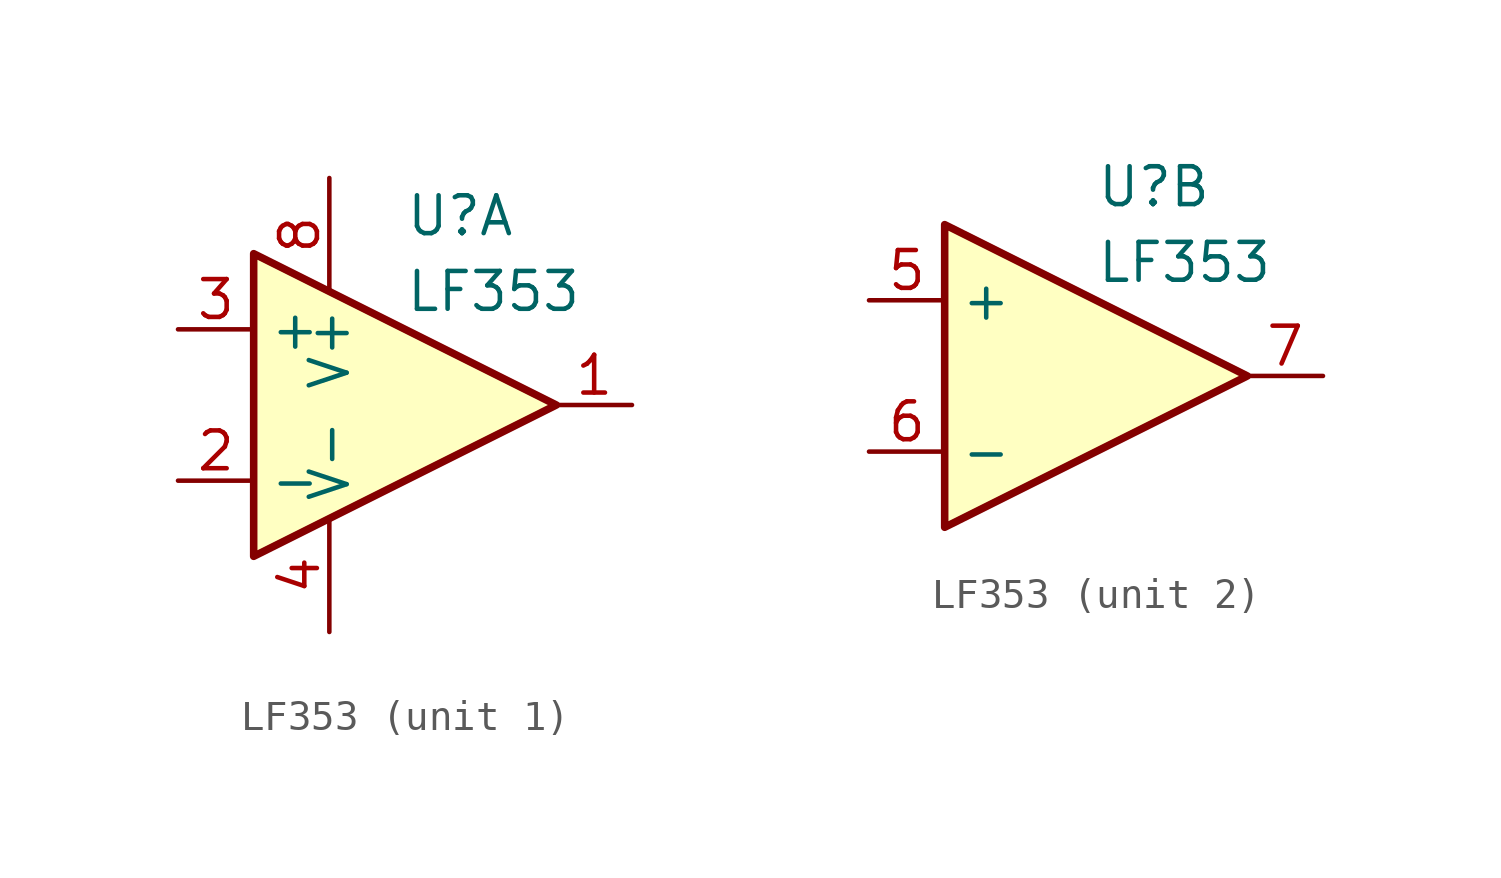
<source format=kicad_sym>
(kicad_symbol_lib
  (version 20220914)
  (generator kicad_symbol_editor)
  (symbol "LF353"
    (property "Reference" "U"
      (at 0 6.35 0)
      (effects (font (size 1.27 1.27)) (justify left)))
    (property "Value" "LF353"
      (at 0 3.81 0)
      (effects (font (size 1.27 1.27)) (justify left)))
    (symbol "LF353_0_1"
      (polyline (pts (xy -5.08 5.08) (xy 5.08 0) (xy -5.08 -5.08) (xy -5.08 5.08)) (stroke (width 0.254) (type default)) (fill (type background))))
    (symbol "LF353_1_1"
      (pin output line (at 7.62 0 180) (length 2.54) (name "~" (effects (font (size 1.27 1.27)))) (number "1" (effects (font (size 1.27 1.27)))))
      (pin input line (at -7.62 -2.54 0) (length 2.54) (name "-" (effects (font (size 1.27 1.27)))) (number "2" (effects (font (size 1.27 1.27)))))
      (pin input line (at -7.62 2.54 0) (length 2.54) (name "+" (effects (font (size 1.27 1.27)))) (number "3" (effects (font (size 1.27 1.27)))))
      (pin power_in line (at -2.54 -7.62 90) (length 3.81) (name "V-" (effects (font (size 1.27 1.27)))) (number "4" (effects (font (size 1.27 1.27)))))
      (pin power_in line (at -2.54 7.62 270) (length 3.81) (name "V+" (effects (font (size 1.27 1.27)))) (number "8" (effects (font (size 1.27 1.27))))))
    (symbol "LF353_2_1"
      (pin input line (at -7.62 2.54 0) (length 2.54) (name "+" (effects (font (size 1.27 1.27)))) (number "5" (effects (font (size 1.27 1.27)))))
      (pin input line (at -7.62 -2.54 0) (length 2.54) (name "-" (effects (font (size 1.27 1.27)))) (number "6" (effects (font (size 1.27 1.27)))))
      (pin output line (at 7.62 0 180) (length 2.54) (name "~" (effects (font (size 1.27 1.27)))) (number "7" (effects (font (size 1.27 1.27))))))))
</source>
